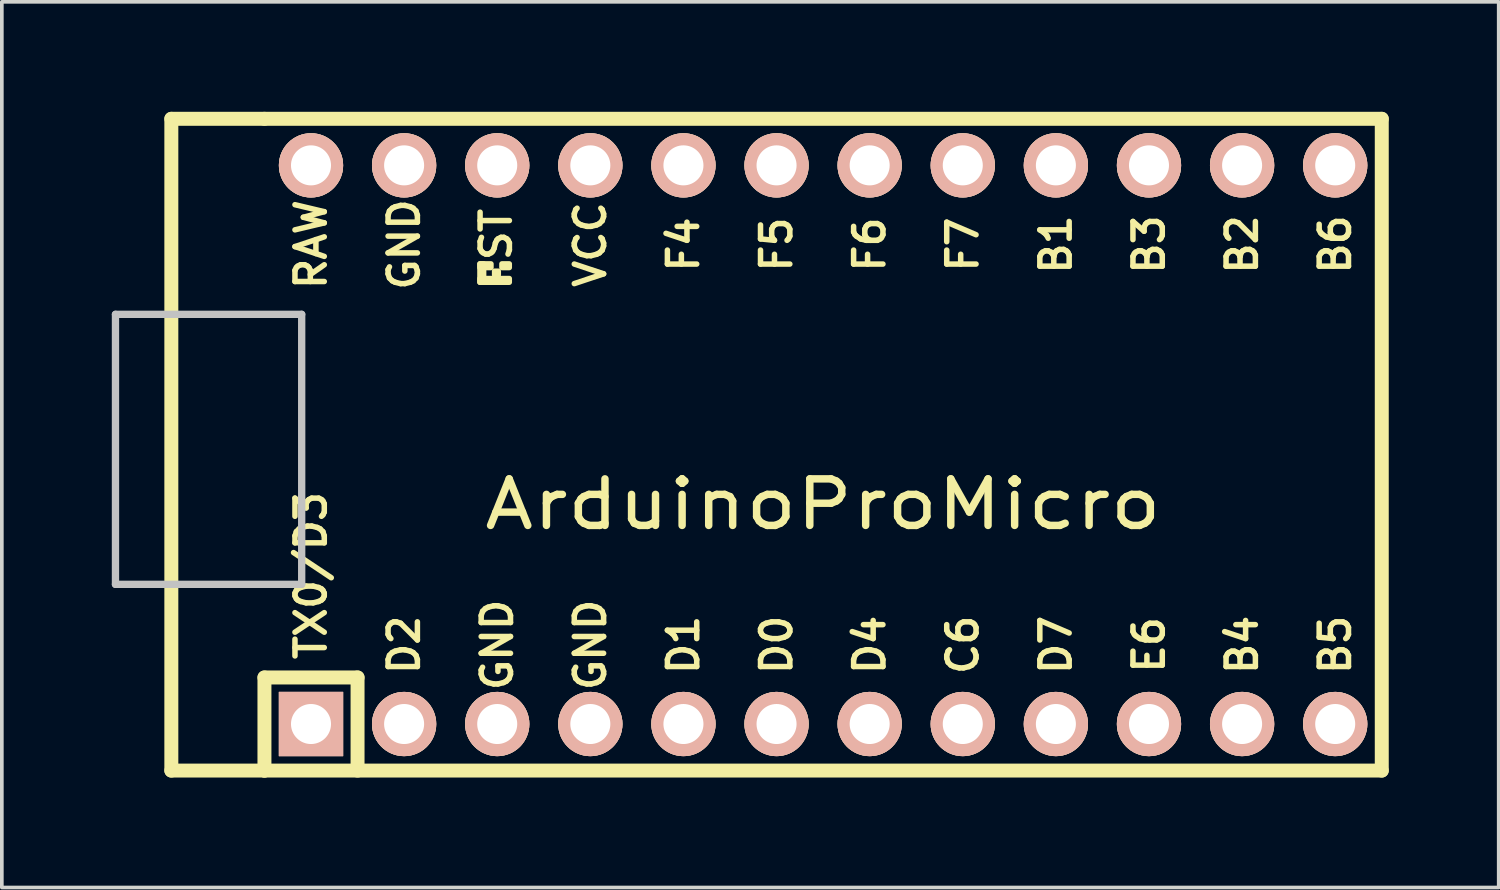
<source format=kicad_pcb>
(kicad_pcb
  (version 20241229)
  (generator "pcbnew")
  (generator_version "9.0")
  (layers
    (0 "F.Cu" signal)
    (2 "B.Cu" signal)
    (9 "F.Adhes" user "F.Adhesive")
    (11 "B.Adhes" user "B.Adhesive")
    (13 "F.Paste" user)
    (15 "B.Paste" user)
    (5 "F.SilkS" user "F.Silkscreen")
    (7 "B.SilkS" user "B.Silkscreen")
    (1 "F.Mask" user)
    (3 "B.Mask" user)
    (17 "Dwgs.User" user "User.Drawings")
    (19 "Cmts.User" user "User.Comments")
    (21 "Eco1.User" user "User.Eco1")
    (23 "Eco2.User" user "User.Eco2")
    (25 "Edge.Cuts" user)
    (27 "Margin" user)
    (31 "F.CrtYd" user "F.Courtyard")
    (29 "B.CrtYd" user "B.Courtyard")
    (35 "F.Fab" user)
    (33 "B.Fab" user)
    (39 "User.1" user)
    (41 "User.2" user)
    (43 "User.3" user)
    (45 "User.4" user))
  (footprint "ArduinoProMicro"
    (layer "F.Cu")
    (at 19.404 9.081)
    (property "Reference" "ArduinoProMicro" (at 0 1.625 0) (layer "F.SilkS") (effects (font (size 1.27 1.524) (thickness 0.203))))
    (attr through_hole)
    (fp_line (start -17.78 -8.89) (end -17.78 8.89) (stroke (width 0.381) (type solid)) (layer "F.SilkS"))
    (fp_line (start -17.78 8.89) (end -15.24 8.89) (stroke (width 0.381) (type solid)) (layer "F.SilkS"))
    (fp_line (start -15.24 -8.89) (end -17.78 -8.89) (stroke (width 0.381) (type solid)) (layer "F.SilkS"))
    (fp_line (start -15.24 6.35) (end -15.24 8.89) (stroke (width 0.381) (type solid)) (layer "F.SilkS"))
    (fp_line (start -15.24 6.35) (end -12.7 6.35) (stroke (width 0.381) (type solid)) (layer "F.SilkS"))
    (fp_line (start -15.24 8.89) (end 15.24 8.89) (stroke (width 0.381) (type solid)) (layer "F.SilkS"))
    (fp_line (start -12.7 6.35) (end -12.7 8.89) (stroke (width 0.381) (type solid)) (layer "F.SilkS"))
    (fp_line (start 15.24 -8.89) (end -15.24 -8.89) (stroke (width 0.381) (type solid)) (layer "F.SilkS"))
    (fp_line (start 15.24 8.89) (end 15.24 -8.89) (stroke (width 0.381) (type solid)) (layer "F.SilkS"))
    (fp_poly (pts (xy -9.361 -4.932) (xy -9.261 -4.932) (xy -9.261 -4.432) (xy -9.361 -4.432)) (stroke (width 0.15) (type solid)) (fill yes) (layer "F.SilkS"))
    (fp_poly (pts (xy -9.361 -4.932) (xy -9.061 -4.932) (xy -9.061 -4.832) (xy -9.361 -4.832)) (stroke (width 0.15) (type solid)) (fill yes) (layer "F.SilkS"))
    (fp_poly (pts (xy -9.361 -4.532) (xy -8.561 -4.532) (xy -8.561 -4.432) (xy -9.361 -4.432)) (stroke (width 0.15) (type solid)) (fill yes) (layer "F.SilkS"))
    (fp_poly (pts (xy -8.961 -4.732) (xy -8.861 -4.732) (xy -8.861 -4.632) (xy -8.961 -4.632)) (stroke (width 0.15) (type solid)) (fill yes) (layer "F.SilkS"))
    (fp_poly (pts (xy -8.761 -4.932) (xy -8.561 -4.932) (xy -8.561 -4.832) (xy -8.761 -4.832)) (stroke (width 0.15) (type solid)) (fill yes) (layer "F.SilkS"))
    (fp_line (start -19.304 -3.556) (end -14.224 -3.556) (stroke (width 0.2) (type solid)) (layer "Dwgs.User"))
    (fp_line (start -19.304 3.81) (end -19.304 -3.556) (stroke (width 0.2) (type solid)) (layer "Dwgs.User"))
    (fp_line (start -14.224 -3.556) (end -14.224 3.81) (stroke (width 0.2) (type solid)) (layer "Dwgs.User"))
    (fp_line (start -14.224 3.81) (end -19.304 3.81) (stroke (width 0.2) (type solid)) (layer "Dwgs.User"))
    (fp_text user "TX0/D3" (at -13.97 3.572 90) (layer "F.SilkS") (effects (font (size 0.8 0.8) (thickness 0.15))))
    (fp_text user "E6" (at 8.89 5.461 90) (layer "F.SilkS") (effects (font (size 0.8 0.8) (thickness 0.15))))
    (fp_text user "B2" (at 11.43 -5.461 90) (layer "F.SilkS") (effects (font (size 0.8 0.8) (thickness 0.15))))
    (fp_text user "GND" (at -11.43 -5.461 90) (layer "F.SilkS") (effects (font (size 0.8 0.8) (thickness 0.15))))
    (fp_text user "D1" (at -3.81 5.461 90) (layer "F.SilkS") (effects (font (size 0.8 0.8) (thickness 0.15))))
    (fp_text user "B5" (at 13.97 5.461 90) (layer "F.SilkS") (effects (font (size 0.8 0.8) (thickness 0.15))))
    (fp_text user "D4" (at 1.27 5.461 90) (layer "F.SilkS") (effects (font (size 0.8 0.8) (thickness 0.15))))
    (fp_text user "C6" (at 3.81 5.461 90) (layer "F.SilkS") (effects (font (size 0.8 0.8) (thickness 0.15))))
    (fp_text user "VCC" (at -6.35 -5.461 90) (layer "F.SilkS") (effects (font (size 0.8 0.8) (thickness 0.15))))
    (fp_text user "B4" (at 11.43 5.461 90) (layer "F.SilkS") (effects (font (size 0.8 0.8) (thickness 0.15))))
    (fp_text user "D7" (at 6.35 5.461 90) (layer "F.SilkS") (effects (font (size 0.8 0.8) (thickness 0.15))))
    (fp_text user "D2" (at -11.43 5.461 90) (layer "F.SilkS") (effects (font (size 0.8 0.8) (thickness 0.15))))
    (fp_text user "F6" (at 1.27 -5.461 90) (layer "F.SilkS") (effects (font (size 0.8 0.8) (thickness 0.15))))
    (fp_text user "B1" (at 6.35 -5.461 90) (layer "F.SilkS") (effects (font (size 0.8 0.8) (thickness 0.15))))
    (fp_text user "GND" (at -6.35 5.461 90) (layer "F.SilkS") (effects (font (size 0.8 0.8) (thickness 0.15))))
    (fp_text user "D0" (at -1.27 5.461 90) (layer "F.SilkS") (effects (font (size 0.8 0.8) (thickness 0.15))))
    (fp_text user "ST" (at -8.92 -5.733 90) (layer "F.SilkS") (effects (font (size 0.8 0.8) (thickness 0.15))))
    (fp_text user "F7" (at 3.81 -5.461 90) (layer "F.SilkS") (effects (font (size 0.8 0.8) (thickness 0.15))))
    (fp_text user "F5" (at -1.27 -5.461 90) (layer "F.SilkS") (effects (font (size 0.8 0.8) (thickness 0.15))))
    (fp_text user "B3" (at 8.89 -5.461 90) (layer "F.SilkS") (effects (font (size 0.8 0.8) (thickness 0.15))))
    (fp_text user "GND" (at -8.89 5.461 90) (layer "F.SilkS") (effects (font (size 0.8 0.8) (thickness 0.15))))
    (fp_text user "RAW" (at -13.97 -5.461 90) (layer "F.SilkS") (effects (font (size 0.8 0.8) (thickness 0.15))))
    (fp_text user "B6" (at 13.97 -5.461 90) (layer "F.SilkS") (effects (font (size 0.8 0.8) (thickness 0.15))))
    (fp_text user "F4" (at -3.81 -5.461 90) (layer "F.SilkS") (effects (font (size 0.8 0.8) (thickness 0.15))))
    (pad "1" thru_hole rect (at -13.97 7.62) (size 1.753 1.753) (drill 1.092) (layers "*.Cu" "*.SilkS" "*.Mask"))
    (pad "2" thru_hole circle (at -11.43 7.62) (size 1.753 1.753) (drill 1.092) (layers "*.Cu" "*.SilkS" "*.Mask"))
    (pad "3" thru_hole circle (at -8.89 7.62) (size 1.753 1.753) (drill 1.092) (layers "*.Cu" "*.SilkS" "*.Mask"))
    (pad "4" thru_hole circle (at -6.35 7.62) (size 1.753 1.753) (drill 1.092) (layers "*.Cu" "*.SilkS" "*.Mask"))
    (pad "5" thru_hole circle (at -3.81 7.62) (size 1.753 1.753) (drill 1.092) (layers "*.Cu" "*.SilkS" "*.Mask"))
    (pad "6" thru_hole circle (at -1.27 7.62) (size 1.753 1.753) (drill 1.092) (layers "*.Cu" "*.SilkS" "*.Mask"))
    (pad "7" thru_hole circle (at 1.27 7.62) (size 1.753 1.753) (drill 1.092) (layers "*.Cu" "*.SilkS" "*.Mask"))
    (pad "8" thru_hole circle (at 3.81 7.62) (size 1.753 1.753) (drill 1.092) (layers "*.Cu" "*.SilkS" "*.Mask"))
    (pad "9" thru_hole circle (at 6.35 7.62) (size 1.753 1.753) (drill 1.092) (layers "*.Cu" "*.SilkS" "*.Mask"))
    (pad "10" thru_hole circle (at 8.89 7.62) (size 1.753 1.753) (drill 1.092) (layers "*.Cu" "*.SilkS" "*.Mask"))
    (pad "11" thru_hole circle (at 11.43 7.62) (size 1.753 1.753) (drill 1.092) (layers "*.Cu" "*.SilkS" "*.Mask"))
    (pad "12" thru_hole circle (at 13.97 7.62) (size 1.753 1.753) (drill 1.092) (layers "*.Cu" "*.SilkS" "*.Mask"))
    (pad "13" thru_hole circle (at 13.97 -7.62) (size 1.753 1.753) (drill 1.092) (layers "*.Cu" "*.SilkS" "*.Mask"))
    (pad "14" thru_hole circle (at 11.43 -7.62) (size 1.753 1.753) (drill 1.092) (layers "*.Cu" "*.SilkS" "*.Mask"))
    (pad "15" thru_hole circle (at 8.89 -7.62) (size 1.753 1.753) (drill 1.092) (layers "*.Cu" "*.SilkS" "*.Mask"))
    (pad "16" thru_hole circle (at 6.35 -7.62) (size 1.753 1.753) (drill 1.092) (layers "*.Cu" "*.SilkS" "*.Mask"))
    (pad "17" thru_hole circle (at 3.81 -7.62) (size 1.753 1.753) (drill 1.092) (layers "*.Cu" "*.SilkS" "*.Mask"))
    (pad "18" thru_hole circle (at 1.27 -7.62) (size 1.753 1.753) (drill 1.092) (layers "*.Cu" "*.SilkS" "*.Mask"))
    (pad "19" thru_hole circle (at -1.27 -7.62) (size 1.753 1.753) (drill 1.092) (layers "*.Cu" "*.SilkS" "*.Mask"))
    (pad "20" thru_hole circle (at -3.81 -7.62) (size 1.753 1.753) (drill 1.092) (layers "*.Cu" "*.SilkS" "*.Mask"))
    (pad "21" thru_hole circle (at -6.35 -7.62) (size 1.753 1.753) (drill 1.092) (layers "*.Cu" "*.SilkS" "*.Mask"))
    (pad "22" thru_hole circle (at -8.89 -7.62) (size 1.753 1.753) (drill 1.092) (layers "*.Cu" "*.SilkS" "*.Mask"))
    (pad "23" thru_hole circle (at -11.43 -7.62) (size 1.753 1.753) (drill 1.092) (layers "*.Cu" "*.SilkS" "*.Mask"))
    (pad "24" thru_hole circle (at -13.97 -7.62) (size 1.753 1.753) (drill 1.092) (layers "*.Cu" "*.SilkS" "*.Mask")))
  (gr_rect
    (start -3 -3)
    (end 37.834 21.161)
    (stroke (width 0.1) (type default))
    (fill no)
    (layer "Edge.Cuts")))
</source>
